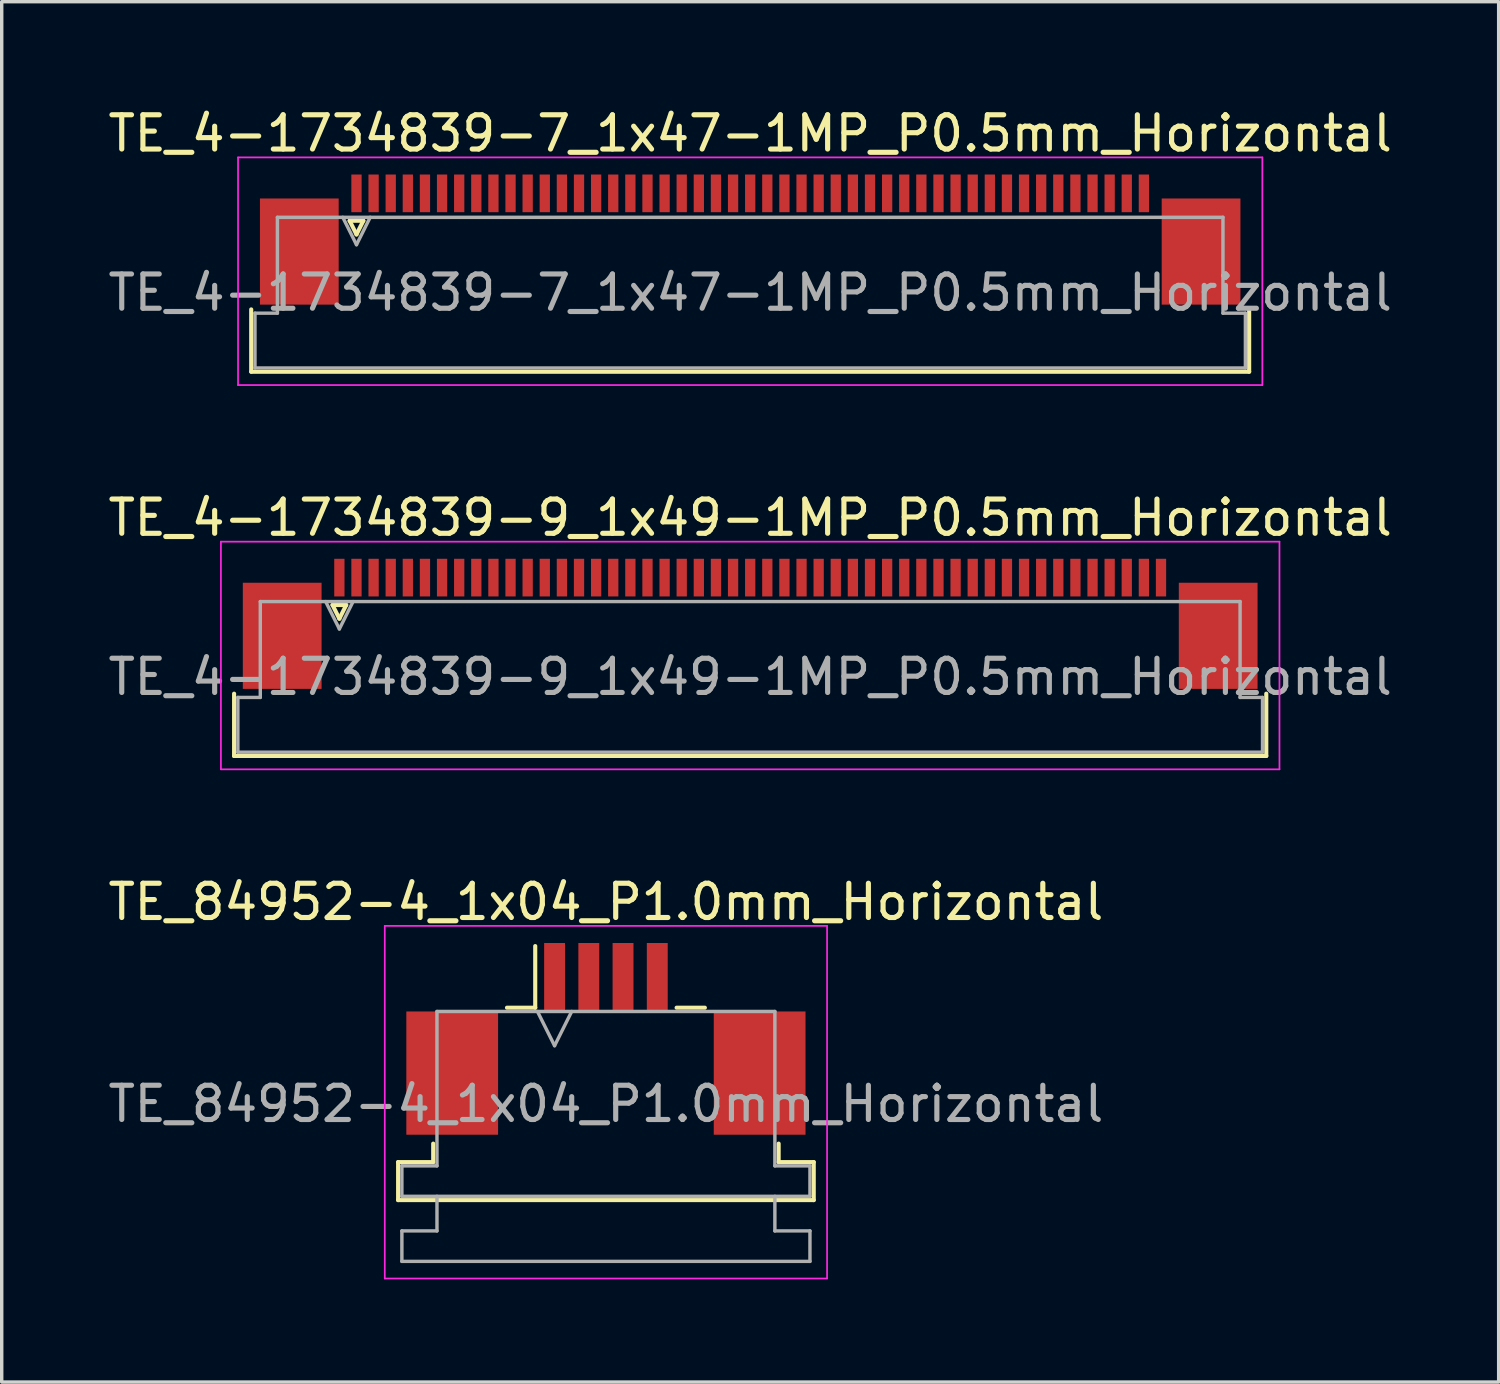
<source format=kicad_pcb>
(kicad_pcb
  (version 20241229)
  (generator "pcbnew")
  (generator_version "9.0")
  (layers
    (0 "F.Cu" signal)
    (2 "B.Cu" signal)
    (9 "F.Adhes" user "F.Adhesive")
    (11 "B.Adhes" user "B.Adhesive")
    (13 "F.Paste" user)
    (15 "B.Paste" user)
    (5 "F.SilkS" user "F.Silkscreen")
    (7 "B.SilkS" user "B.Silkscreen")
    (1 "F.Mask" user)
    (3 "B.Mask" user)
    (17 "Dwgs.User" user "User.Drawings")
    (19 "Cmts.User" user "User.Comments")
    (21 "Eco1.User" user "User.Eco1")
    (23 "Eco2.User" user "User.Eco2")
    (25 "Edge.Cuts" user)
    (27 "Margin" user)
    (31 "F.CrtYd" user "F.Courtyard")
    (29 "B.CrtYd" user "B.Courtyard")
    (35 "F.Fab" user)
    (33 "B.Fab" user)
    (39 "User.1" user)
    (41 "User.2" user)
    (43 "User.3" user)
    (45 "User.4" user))
  (footprint "TE_4-1734839-7_1x47-1MP_P0.5mm_Horizontal"
    (layer "F.Cu")
    (at 18.863 4.398)
    (property "Reference" "TE_4-1734839-7_1x47-1MP_P0.5mm_Horizontal" (at 0 -3.55 0) (layer "F.SilkS") (effects (font (size 1 1) (thickness 0.15))))
    (attr smd)
    (fp_line (start -14.575 3.41) (end -14.575 1.59) (stroke (width 0.12) (type solid)) (layer "F.SilkS"))
    (fp_line (start -11.7 -1) (end -11.5 -0.6) (stroke (width 0.12) (type solid)) (layer "F.SilkS"))
    (fp_line (start -11.5 -0.6) (end -11.3 -1) (stroke (width 0.12) (type solid)) (layer "F.SilkS"))
    (fp_line (start -11.3 -1) (end -11.7 -1) (stroke (width 0.12) (type solid)) (layer "F.SilkS"))
    (fp_line (start 14.575 1.59) (end 14.575 3.41) (stroke (width 0.12) (type solid)) (layer "F.SilkS"))
    (fp_line (start 14.575 3.41) (end -14.575 3.41) (stroke (width 0.12) (type solid)) (layer "F.SilkS"))
    (fp_line (start -14.96 -2.85) (end -14.96 3.8) (stroke (width 0.05) (type solid)) (layer "F.CrtYd"))
    (fp_line (start -14.96 3.8) (end 14.96 3.8) (stroke (width 0.05) (type solid)) (layer "F.CrtYd"))
    (fp_line (start 14.96 -2.85) (end -14.96 -2.85) (stroke (width 0.05) (type solid)) (layer "F.CrtYd"))
    (fp_line (start 14.96 3.8) (end 14.96 -2.85) (stroke (width 0.05) (type solid)) (layer "F.CrtYd"))
    (fp_line (start -14.465 1.7) (end -13.81 1.7) (stroke (width 0.1) (type solid)) (layer "F.Fab"))
    (fp_line (start -14.465 3.3) (end -14.465 1.7) (stroke (width 0.1) (type solid)) (layer "F.Fab"))
    (fp_line (start -13.81 -1.1) (end 13.81 -1.1) (stroke (width 0.1) (type solid)) (layer "F.Fab"))
    (fp_line (start -13.81 1.7) (end -13.81 -1.1) (stroke (width 0.1) (type solid)) (layer "F.Fab"))
    (fp_line (start -11.9 -1.1) (end -11.5 -0.3) (stroke (width 0.1) (type solid)) (layer "F.Fab"))
    (fp_line (start -11.5 -0.3) (end -11.1 -1.1) (stroke (width 0.1) (type solid)) (layer "F.Fab"))
    (fp_line (start 13.81 -1.1) (end 13.81 1.7) (stroke (width 0.1) (type solid)) (layer "F.Fab"))
    (fp_line (start 13.81 1.7) (end 14.465 1.7) (stroke (width 0.1) (type solid)) (layer "F.Fab"))
    (fp_line (start 14.465 1.7) (end 14.465 3.3) (stroke (width 0.1) (type solid)) (layer "F.Fab"))
    (fp_line (start 14.465 3.3) (end -14.465 3.3) (stroke (width 0.1) (type solid)) (layer "F.Fab"))
    (fp_text user "${REFERENCE}" (at 0 1.1 0) (layer "F.Fab") (effects (font (size 1 1) (thickness 0.15))))
    (pad "1" smd rect (at -11.5 -1.8) (size 0.3 1.1) (layers "F.Cu" "F.Mask" "F.Paste"))
    (pad "2" smd rect (at -11 -1.8) (size 0.3 1.1) (layers "F.Cu" "F.Mask" "F.Paste"))
    (pad "3" smd rect (at -10.5 -1.8) (size 0.3 1.1) (layers "F.Cu" "F.Mask" "F.Paste"))
    (pad "4" smd rect (at -10 -1.8) (size 0.3 1.1) (layers "F.Cu" "F.Mask" "F.Paste"))
    (pad "5" smd rect (at -9.5 -1.8) (size 0.3 1.1) (layers "F.Cu" "F.Mask" "F.Paste"))
    (pad "6" smd rect (at -9 -1.8) (size 0.3 1.1) (layers "F.Cu" "F.Mask" "F.Paste"))
    (pad "7" smd rect (at -8.5 -1.8) (size 0.3 1.1) (layers "F.Cu" "F.Mask" "F.Paste"))
    (pad "8" smd rect (at -8 -1.8) (size 0.3 1.1) (layers "F.Cu" "F.Mask" "F.Paste"))
    (pad "9" smd rect (at -7.5 -1.8) (size 0.3 1.1) (layers "F.Cu" "F.Mask" "F.Paste"))
    (pad "10" smd rect (at -7 -1.8) (size 0.3 1.1) (layers "F.Cu" "F.Mask" "F.Paste"))
    (pad "11" smd rect (at -6.5 -1.8) (size 0.3 1.1) (layers "F.Cu" "F.Mask" "F.Paste"))
    (pad "12" smd rect (at -6 -1.8) (size 0.3 1.1) (layers "F.Cu" "F.Mask" "F.Paste"))
    (pad "13" smd rect (at -5.5 -1.8) (size 0.3 1.1) (layers "F.Cu" "F.Mask" "F.Paste"))
    (pad "14" smd rect (at -5 -1.8) (size 0.3 1.1) (layers "F.Cu" "F.Mask" "F.Paste"))
    (pad "15" smd rect (at -4.5 -1.8) (size 0.3 1.1) (layers "F.Cu" "F.Mask" "F.Paste"))
    (pad "16" smd rect (at -4 -1.8) (size 0.3 1.1) (layers "F.Cu" "F.Mask" "F.Paste"))
    (pad "17" smd rect (at -3.5 -1.8) (size 0.3 1.1) (layers "F.Cu" "F.Mask" "F.Paste"))
    (pad "18" smd rect (at -3 -1.8) (size 0.3 1.1) (layers "F.Cu" "F.Mask" "F.Paste"))
    (pad "19" smd rect (at -2.5 -1.8) (size 0.3 1.1) (layers "F.Cu" "F.Mask" "F.Paste"))
    (pad "20" smd rect (at -2 -1.8) (size 0.3 1.1) (layers "F.Cu" "F.Mask" "F.Paste"))
    (pad "21" smd rect (at -1.5 -1.8) (size 0.3 1.1) (layers "F.Cu" "F.Mask" "F.Paste"))
    (pad "22" smd rect (at -1 -1.8) (size 0.3 1.1) (layers "F.Cu" "F.Mask" "F.Paste"))
    (pad "23" smd rect (at -0.5 -1.8) (size 0.3 1.1) (layers "F.Cu" "F.Mask" "F.Paste"))
    (pad "24" smd rect (at 0 -1.8) (size 0.3 1.1) (layers "F.Cu" "F.Mask" "F.Paste"))
    (pad "25" smd rect (at 0.5 -1.8) (size 0.3 1.1) (layers "F.Cu" "F.Mask" "F.Paste"))
    (pad "26" smd rect (at 1 -1.8) (size 0.3 1.1) (layers "F.Cu" "F.Mask" "F.Paste"))
    (pad "27" smd rect (at 1.5 -1.8) (size 0.3 1.1) (layers "F.Cu" "F.Mask" "F.Paste"))
    (pad "28" smd rect (at 2 -1.8) (size 0.3 1.1) (layers "F.Cu" "F.Mask" "F.Paste"))
    (pad "29" smd rect (at 2.5 -1.8) (size 0.3 1.1) (layers "F.Cu" "F.Mask" "F.Paste"))
    (pad "30" smd rect (at 3 -1.8) (size 0.3 1.1) (layers "F.Cu" "F.Mask" "F.Paste"))
    (pad "31" smd rect (at 3.5 -1.8) (size 0.3 1.1) (layers "F.Cu" "F.Mask" "F.Paste"))
    (pad "32" smd rect (at 4 -1.8) (size 0.3 1.1) (layers "F.Cu" "F.Mask" "F.Paste"))
    (pad "33" smd rect (at 4.5 -1.8) (size 0.3 1.1) (layers "F.Cu" "F.Mask" "F.Paste"))
    (pad "34" smd rect (at 5 -1.8) (size 0.3 1.1) (layers "F.Cu" "F.Mask" "F.Paste"))
    (pad "35" smd rect (at 5.5 -1.8) (size 0.3 1.1) (layers "F.Cu" "F.Mask" "F.Paste"))
    (pad "36" smd rect (at 6 -1.8) (size 0.3 1.1) (layers "F.Cu" "F.Mask" "F.Paste"))
    (pad "37" smd rect (at 6.5 -1.8) (size 0.3 1.1) (layers "F.Cu" "F.Mask" "F.Paste"))
    (pad "38" smd rect (at 7 -1.8) (size 0.3 1.1) (layers "F.Cu" "F.Mask" "F.Paste"))
    (pad "39" smd rect (at 7.5 -1.8) (size 0.3 1.1) (layers "F.Cu" "F.Mask" "F.Paste"))
    (pad "40" smd rect (at 8 -1.8) (size 0.3 1.1) (layers "F.Cu" "F.Mask" "F.Paste"))
    (pad "41" smd rect (at 8.5 -1.8) (size 0.3 1.1) (layers "F.Cu" "F.Mask" "F.Paste"))
    (pad "42" smd rect (at 9 -1.8) (size 0.3 1.1) (layers "F.Cu" "F.Mask" "F.Paste"))
    (pad "43" smd rect (at 9.5 -1.8) (size 0.3 1.1) (layers "F.Cu" "F.Mask" "F.Paste"))
    (pad "44" smd rect (at 10 -1.8) (size 0.3 1.1) (layers "F.Cu" "F.Mask" "F.Paste"))
    (pad "45" smd rect (at 10.5 -1.8) (size 0.3 1.1) (layers "F.Cu" "F.Mask" "F.Paste"))
    (pad "46" smd rect (at 11 -1.8) (size 0.3 1.1) (layers "F.Cu" "F.Mask" "F.Paste"))
    (pad "47" smd rect (at 11.5 -1.8) (size 0.3 1.1) (layers "F.Cu" "F.Mask" "F.Paste"))
    (pad "MP" smd rect (at -13.17 -0.1) (size 2.3 3.1) (layers "F.Cu" "F.Mask" "F.Paste"))
    (pad "MP" smd rect (at 13.17 -0.1) (size 2.3 3.1) (layers "F.Cu" "F.Mask" "F.Paste")))
  (footprint "TE_84952-4_1x04_P1.0mm_Horizontal"
    (layer "F.Cu")
    (at 14.649 27.295)
    (property "Reference" "TE_84952-4_1x04_P1.0mm_Horizontal" (at 0 -4 0) (layer "F.SilkS") (effects (font (size 1 1) (thickness 0.15))))
    (attr smd)
    (fp_line (start -6.07 3.6) (end -5.045 3.6) (stroke (width 0.12) (type solid)) (layer "F.SilkS"))
    (fp_line (start -6.07 4.71) (end -6.07 3.6) (stroke (width 0.12) (type solid)) (layer "F.SilkS"))
    (fp_line (start -5.045 3.6) (end -5.045 3.06) (stroke (width 0.12) (type solid)) (layer "F.SilkS"))
    (fp_line (start -2.89 -0.91) (end -2.065 -0.91) (stroke (width 0.12) (type solid)) (layer "F.SilkS"))
    (fp_line (start -2.065 -0.91) (end -2.065 -2.71) (stroke (width 0.12) (type solid)) (layer "F.SilkS"))
    (fp_line (start 2.065 -0.91) (end 2.89 -0.91) (stroke (width 0.12) (type solid)) (layer "F.SilkS"))
    (fp_line (start 5.045 3.06) (end 5.045 3.6) (stroke (width 0.12) (type solid)) (layer "F.SilkS"))
    (fp_line (start 5.045 3.6) (end 6.07 3.6) (stroke (width 0.12) (type solid)) (layer "F.SilkS"))
    (fp_line (start 6.07 3.6) (end 6.07 4.71) (stroke (width 0.12) (type solid)) (layer "F.SilkS"))
    (fp_line (start 6.07 4.71) (end -6.07 4.71) (stroke (width 0.12) (type solid)) (layer "F.SilkS"))
    (fp_line (start -6.46 -3.3) (end -6.46 7) (stroke (width 0.05) (type solid)) (layer "F.CrtYd"))
    (fp_line (start -6.46 7) (end 6.46 7) (stroke (width 0.05) (type solid)) (layer "F.CrtYd"))
    (fp_line (start 6.46 -3.3) (end -6.46 -3.3) (stroke (width 0.05) (type solid)) (layer "F.CrtYd"))
    (fp_line (start 6.46 7) (end 6.46 -3.3) (stroke (width 0.05) (type solid)) (layer "F.CrtYd"))
    (fp_line (start -5.96 3.71) (end -4.935 3.71) (stroke (width 0.1) (type solid)) (layer "F.Fab"))
    (fp_line (start -5.96 4.6) (end -5.96 3.71) (stroke (width 0.1) (type solid)) (layer "F.Fab"))
    (fp_line (start -5.96 5.61) (end -4.935 5.61) (stroke (width 0.1) (type solid)) (layer "F.Fab"))
    (fp_line (start -5.96 6.5) (end -5.96 5.61) (stroke (width 0.1) (type solid)) (layer "F.Fab"))
    (fp_line (start -4.935 -0.8) (end 4.935 -0.8) (stroke (width 0.1) (type solid)) (layer "F.Fab"))
    (fp_line (start -4.935 3.71) (end -4.935 -0.8) (stroke (width 0.1) (type solid)) (layer "F.Fab"))
    (fp_line (start -4.935 5.61) (end -4.935 4.6) (stroke (width 0.1) (type solid)) (layer "F.Fab"))
    (fp_line (start -2 -0.8) (end -1.5 0.2) (stroke (width 0.1) (type solid)) (layer "F.Fab"))
    (fp_line (start -1.5 0.2) (end -1 -0.8) (stroke (width 0.1) (type solid)) (layer "F.Fab"))
    (fp_line (start 4.935 -0.8) (end 4.935 3.71) (stroke (width 0.1) (type solid)) (layer "F.Fab"))
    (fp_line (start 4.935 3.71) (end 5.96 3.71) (stroke (width 0.1) (type solid)) (layer "F.Fab"))
    (fp_line (start 4.935 4.6) (end 4.935 5.61) (stroke (width 0.1) (type solid)) (layer "F.Fab"))
    (fp_line (start 4.935 5.61) (end 5.96 5.61) (stroke (width 0.1) (type solid)) (layer "F.Fab"))
    (fp_line (start 5.96 3.71) (end 5.96 4.6) (stroke (width 0.1) (type solid)) (layer "F.Fab"))
    (fp_line (start 5.96 4.6) (end -5.96 4.6) (stroke (width 0.1) (type solid)) (layer "F.Fab"))
    (fp_line (start 5.96 5.61) (end 5.96 6.5) (stroke (width 0.1) (type solid)) (layer "F.Fab"))
    (fp_line (start 5.96 6.5) (end -5.96 6.5) (stroke (width 0.1) (type solid)) (layer "F.Fab"))
    (fp_text user "${REFERENCE}" (at 0 1.9 0) (layer "F.Fab") (effects (font (size 1 1) (thickness 0.15))))
    (pad "" smd rect (at -4.49 1) (size 2.68 3.6) (layers "F.Cu" "F.Mask" "F.Paste"))
    (pad "" smd rect (at 4.49 1) (size 2.68 3.6) (layers "F.Cu" "F.Mask" "F.Paste"))
    (pad "1" smd rect (at -1.5 -1.8) (size 0.61 2) (layers "F.Cu" "F.Mask" "F.Paste"))
    (pad "2" smd rect (at -0.5 -1.8) (size 0.61 2) (layers "F.Cu" "F.Mask" "F.Paste"))
    (pad "3" smd rect (at 0.5 -1.8) (size 0.61 2) (layers "F.Cu" "F.Mask" "F.Paste"))
    (pad "4" smd rect (at 1.5 -1.8) (size 0.61 2) (layers "F.Cu" "F.Mask" "F.Paste")))
  (footprint "TE_4-1734839-9_1x49-1MP_P0.5mm_Horizontal"
    (layer "F.Cu")
    (at 18.863 16.072)
    (property "Reference" "TE_4-1734839-9_1x49-1MP_P0.5mm_Horizontal" (at 0 -4 0) (layer "F.SilkS") (effects (font (size 1 1) (thickness 0.15))))
    (attr smd)
    (fp_line (start -15.075 2.96) (end -15.075 1.14) (stroke (width 0.12) (type solid)) (layer "F.SilkS"))
    (fp_line (start -12.2 -1.45) (end -12 -1.05) (stroke (width 0.12) (type solid)) (layer "F.SilkS"))
    (fp_line (start -12 -1.05) (end -11.8 -1.45) (stroke (width 0.12) (type solid)) (layer "F.SilkS"))
    (fp_line (start -11.8 -1.45) (end -12.2 -1.45) (stroke (width 0.12) (type solid)) (layer "F.SilkS"))
    (fp_line (start 15.075 1.14) (end 15.075 2.96) (stroke (width 0.12) (type solid)) (layer "F.SilkS"))
    (fp_line (start 15.075 2.96) (end -15.075 2.96) (stroke (width 0.12) (type solid)) (layer "F.SilkS"))
    (fp_line (start -15.46 -3.3) (end -15.46 3.35) (stroke (width 0.05) (type solid)) (layer "F.CrtYd"))
    (fp_line (start -15.46 3.35) (end 15.46 3.35) (stroke (width 0.05) (type solid)) (layer "F.CrtYd"))
    (fp_line (start 15.46 -3.3) (end -15.46 -3.3) (stroke (width 0.05) (type solid)) (layer "F.CrtYd"))
    (fp_line (start 15.46 3.35) (end 15.46 -3.3) (stroke (width 0.05) (type solid)) (layer "F.CrtYd"))
    (fp_line (start -14.965 1.25) (end -14.31 1.25) (stroke (width 0.1) (type solid)) (layer "F.Fab"))
    (fp_line (start -14.965 2.85) (end -14.965 1.25) (stroke (width 0.1) (type solid)) (layer "F.Fab"))
    (fp_line (start -14.31 -1.55) (end 14.31 -1.55) (stroke (width 0.1) (type solid)) (layer "F.Fab"))
    (fp_line (start -14.31 1.25) (end -14.31 -1.55) (stroke (width 0.1) (type solid)) (layer "F.Fab"))
    (fp_line (start -12.4 -1.55) (end -12 -0.75) (stroke (width 0.1) (type solid)) (layer "F.Fab"))
    (fp_line (start -12 -0.75) (end -11.6 -1.55) (stroke (width 0.1) (type solid)) (layer "F.Fab"))
    (fp_line (start 14.31 -1.55) (end 14.31 1.25) (stroke (width 0.1) (type solid)) (layer "F.Fab"))
    (fp_line (start 14.31 1.25) (end 14.965 1.25) (stroke (width 0.1) (type solid)) (layer "F.Fab"))
    (fp_line (start 14.965 1.25) (end 14.965 2.85) (stroke (width 0.1) (type solid)) (layer "F.Fab"))
    (fp_line (start 14.965 2.85) (end -14.965 2.85) (stroke (width 0.1) (type solid)) (layer "F.Fab"))
    (fp_text user "${REFERENCE}" (at 0 0.65 0) (layer "F.Fab") (effects (font (size 1 1) (thickness 0.15))))
    (pad "1" smd rect (at -12 -2.25) (size 0.3 1.1) (layers "F.Cu" "F.Mask" "F.Paste"))
    (pad "2" smd rect (at -11.5 -2.25) (size 0.3 1.1) (layers "F.Cu" "F.Mask" "F.Paste"))
    (pad "3" smd rect (at -11 -2.25) (size 0.3 1.1) (layers "F.Cu" "F.Mask" "F.Paste"))
    (pad "4" smd rect (at -10.5 -2.25) (size 0.3 1.1) (layers "F.Cu" "F.Mask" "F.Paste"))
    (pad "5" smd rect (at -10 -2.25) (size 0.3 1.1) (layers "F.Cu" "F.Mask" "F.Paste"))
    (pad "6" smd rect (at -9.5 -2.25) (size 0.3 1.1) (layers "F.Cu" "F.Mask" "F.Paste"))
    (pad "7" smd rect (at -9 -2.25) (size 0.3 1.1) (layers "F.Cu" "F.Mask" "F.Paste"))
    (pad "8" smd rect (at -8.5 -2.25) (size 0.3 1.1) (layers "F.Cu" "F.Mask" "F.Paste"))
    (pad "9" smd rect (at -8 -2.25) (size 0.3 1.1) (layers "F.Cu" "F.Mask" "F.Paste"))
    (pad "10" smd rect (at -7.5 -2.25) (size 0.3 1.1) (layers "F.Cu" "F.Mask" "F.Paste"))
    (pad "11" smd rect (at -7 -2.25) (size 0.3 1.1) (layers "F.Cu" "F.Mask" "F.Paste"))
    (pad "12" smd rect (at -6.5 -2.25) (size 0.3 1.1) (layers "F.Cu" "F.Mask" "F.Paste"))
    (pad "13" smd rect (at -6 -2.25) (size 0.3 1.1) (layers "F.Cu" "F.Mask" "F.Paste"))
    (pad "14" smd rect (at -5.5 -2.25) (size 0.3 1.1) (layers "F.Cu" "F.Mask" "F.Paste"))
    (pad "15" smd rect (at -5 -2.25) (size 0.3 1.1) (layers "F.Cu" "F.Mask" "F.Paste"))
    (pad "16" smd rect (at -4.5 -2.25) (size 0.3 1.1) (layers "F.Cu" "F.Mask" "F.Paste"))
    (pad "17" smd rect (at -4 -2.25) (size 0.3 1.1) (layers "F.Cu" "F.Mask" "F.Paste"))
    (pad "18" smd rect (at -3.5 -2.25) (size 0.3 1.1) (layers "F.Cu" "F.Mask" "F.Paste"))
    (pad "19" smd rect (at -3 -2.25) (size 0.3 1.1) (layers "F.Cu" "F.Mask" "F.Paste"))
    (pad "20" smd rect (at -2.5 -2.25) (size 0.3 1.1) (layers "F.Cu" "F.Mask" "F.Paste"))
    (pad "21" smd rect (at -2 -2.25) (size 0.3 1.1) (layers "F.Cu" "F.Mask" "F.Paste"))
    (pad "22" smd rect (at -1.5 -2.25) (size 0.3 1.1) (layers "F.Cu" "F.Mask" "F.Paste"))
    (pad "23" smd rect (at -1 -2.25) (size 0.3 1.1) (layers "F.Cu" "F.Mask" "F.Paste"))
    (pad "24" smd rect (at -0.5 -2.25) (size 0.3 1.1) (layers "F.Cu" "F.Mask" "F.Paste"))
    (pad "25" smd rect (at 0 -2.25) (size 0.3 1.1) (layers "F.Cu" "F.Mask" "F.Paste"))
    (pad "26" smd rect (at 0.5 -2.25) (size 0.3 1.1) (layers "F.Cu" "F.Mask" "F.Paste"))
    (pad "27" smd rect (at 1 -2.25) (size 0.3 1.1) (layers "F.Cu" "F.Mask" "F.Paste"))
    (pad "28" smd rect (at 1.5 -2.25) (size 0.3 1.1) (layers "F.Cu" "F.Mask" "F.Paste"))
    (pad "29" smd rect (at 2 -2.25) (size 0.3 1.1) (layers "F.Cu" "F.Mask" "F.Paste"))
    (pad "30" smd rect (at 2.5 -2.25) (size 0.3 1.1) (layers "F.Cu" "F.Mask" "F.Paste"))
    (pad "31" smd rect (at 3 -2.25) (size 0.3 1.1) (layers "F.Cu" "F.Mask" "F.Paste"))
    (pad "32" smd rect (at 3.5 -2.25) (size 0.3 1.1) (layers "F.Cu" "F.Mask" "F.Paste"))
    (pad "33" smd rect (at 4 -2.25) (size 0.3 1.1) (layers "F.Cu" "F.Mask" "F.Paste"))
    (pad "34" smd rect (at 4.5 -2.25) (size 0.3 1.1) (layers "F.Cu" "F.Mask" "F.Paste"))
    (pad "35" smd rect (at 5 -2.25) (size 0.3 1.1) (layers "F.Cu" "F.Mask" "F.Paste"))
    (pad "36" smd rect (at 5.5 -2.25) (size 0.3 1.1) (layers "F.Cu" "F.Mask" "F.Paste"))
    (pad "37" smd rect (at 6 -2.25) (size 0.3 1.1) (layers "F.Cu" "F.Mask" "F.Paste"))
    (pad "38" smd rect (at 6.5 -2.25) (size 0.3 1.1) (layers "F.Cu" "F.Mask" "F.Paste"))
    (pad "39" smd rect (at 7 -2.25) (size 0.3 1.1) (layers "F.Cu" "F.Mask" "F.Paste"))
    (pad "40" smd rect (at 7.5 -2.25) (size 0.3 1.1) (layers "F.Cu" "F.Mask" "F.Paste"))
    (pad "41" smd rect (at 8 -2.25) (size 0.3 1.1) (layers "F.Cu" "F.Mask" "F.Paste"))
    (pad "42" smd rect (at 8.5 -2.25) (size 0.3 1.1) (layers "F.Cu" "F.Mask" "F.Paste"))
    (pad "43" smd rect (at 9 -2.25) (size 0.3 1.1) (layers "F.Cu" "F.Mask" "F.Paste"))
    (pad "44" smd rect (at 9.5 -2.25) (size 0.3 1.1) (layers "F.Cu" "F.Mask" "F.Paste"))
    (pad "45" smd rect (at 10 -2.25) (size 0.3 1.1) (layers "F.Cu" "F.Mask" "F.Paste"))
    (pad "46" smd rect (at 10.5 -2.25) (size 0.3 1.1) (layers "F.Cu" "F.Mask" "F.Paste"))
    (pad "47" smd rect (at 11 -2.25) (size 0.3 1.1) (layers "F.Cu" "F.Mask" "F.Paste"))
    (pad "48" smd rect (at 11.5 -2.25) (size 0.3 1.1) (layers "F.Cu" "F.Mask" "F.Paste"))
    (pad "49" smd rect (at 12 -2.25) (size 0.3 1.1) (layers "F.Cu" "F.Mask" "F.Paste"))
    (pad "MP" smd rect (at -13.67 -0.55) (size 2.3 3.1) (layers "F.Cu" "F.Mask" "F.Paste"))
    (pad "MP" smd rect (at 13.67 -0.55) (size 2.3 3.1) (layers "F.Cu" "F.Mask" "F.Paste")))
  (gr_rect
    (start -3 -3)
    (end 40.726 37.32)
    (stroke (width 0.1) (type default))
    (fill no)
    (layer "Edge.Cuts")))
</source>
